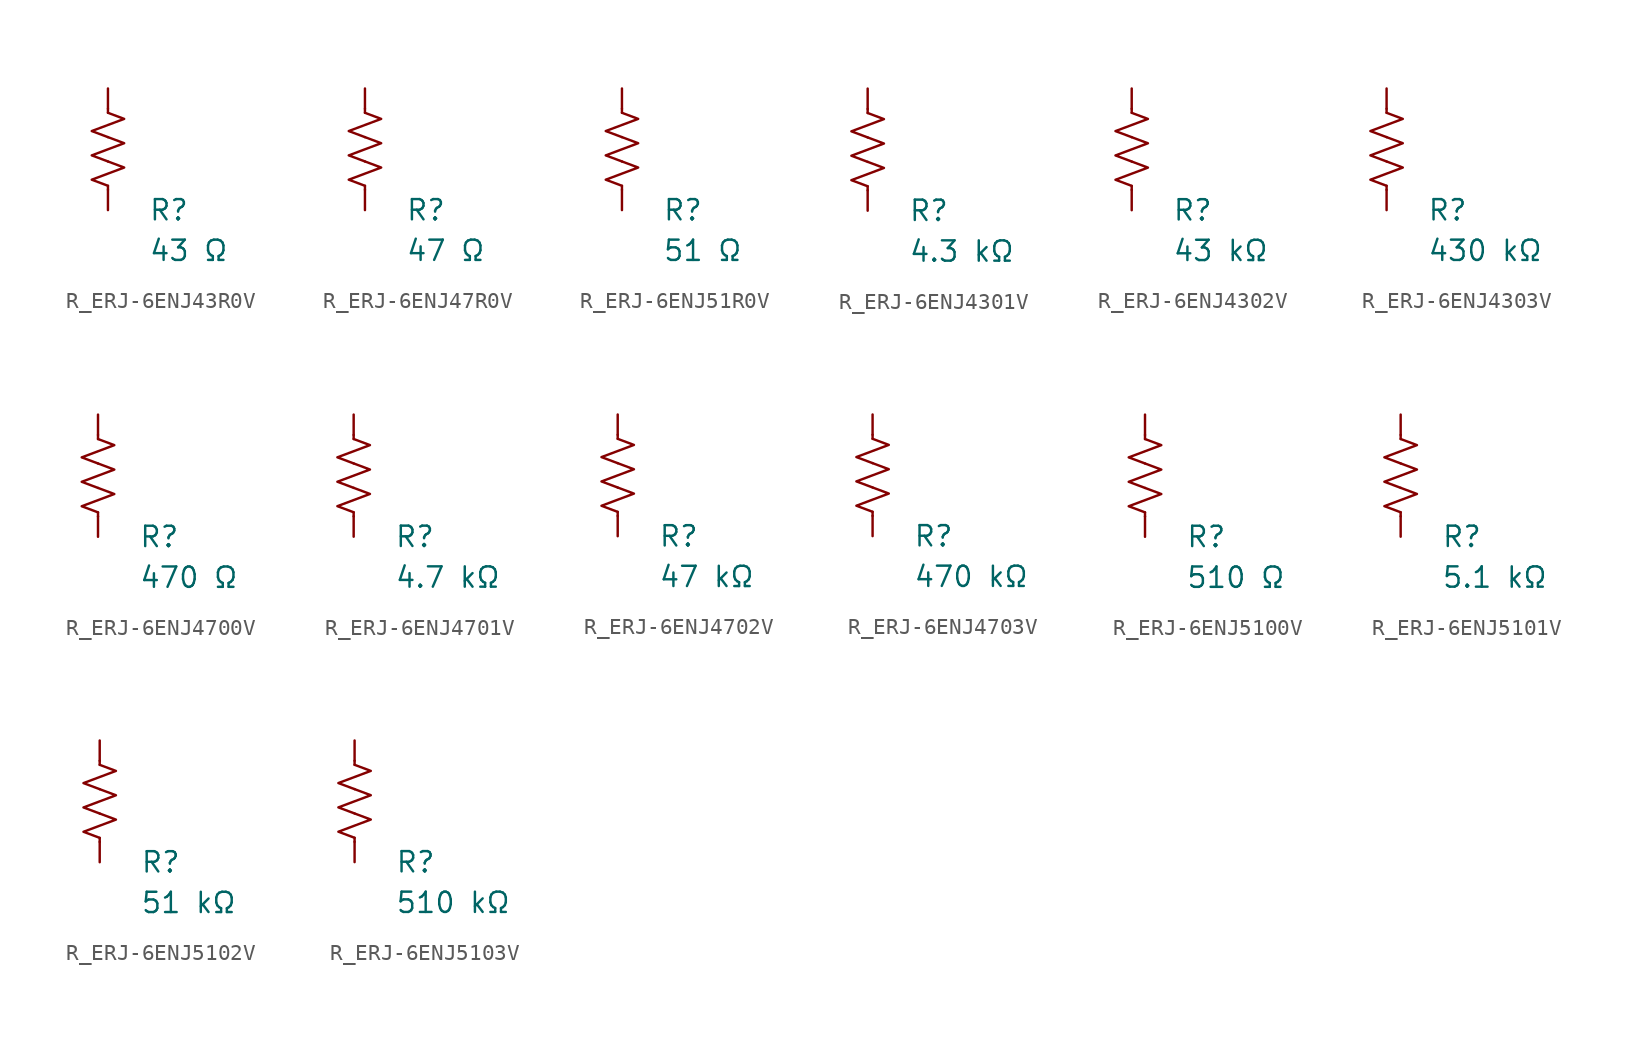
<source format=kicad_sym>
(kicad_symbol_lib
  (version 20231120)
  (generator "kicad_symbol_editor")
  (generator_version "8.0")
  (symbol "R_ERJ-6ENJ43R0V"
    (pin_numbers hide)
    (pin_names
      (offset 0))
    (property "Reference" "R"
      (at 2.54 -3.81 0)
      (effects (font (size 1.27 1.27)) (justify left))
      (show_name no))
    (property "Value" "43 Ω"
      (at 2.54 -6.35 0)
      (effects (font (size 1.27 1.27)) (justify left))
      (show_name no))
    (symbol "R_ERJ-6ENJ43R0V_0_1"
      (polyline (pts (xy 0 -2.286) (xy 0 -2.54)) (stroke (width 0) (type default)) (fill (type none)))
      (polyline (pts (xy 0 2.286) (xy 0 2.54)) (stroke (width 0) (type default)) (fill (type none)))
      (polyline (pts (xy 0 -0.762) (xy 1.016 -1.143) (xy 0 -1.524) (xy -1.016 -1.905) (xy 0 -2.286)) (stroke (width 0) (type default)) (fill (type none)))
      (polyline (pts (xy 0 0.762) (xy 1.016 0.381) (xy 0 0) (xy -1.016 -0.381) (xy 0 -0.762)) (stroke (width 0) (type default)) (fill (type none)))
      (polyline (pts (xy 0 2.286) (xy 1.016 1.905) (xy 0 1.524) (xy -1.016 1.143) (xy 0 0.762)) (stroke (width 0) (type default)) (fill (type none))))
    (symbol "R_ERJ-6ENJ43R0V_1_1"
      (pin passive line (at 0 3.81 270) (length 1.27) (name "~" (effects (font (size 1.27 1.27)))) (number "1" (effects (font (size 1.27 1.27)))))
      (pin passive line (at 0 -3.81 90) (length 1.27) (name "~" (effects (font (size 1.27 1.27)))) (number "2" (effects (font (size 1.27 1.27)))))))
  (symbol "R_ERJ-6ENJ47R0V"
    (pin_numbers hide)
    (pin_names
      (offset 0))
    (property "Reference" "R"
      (at 2.54 -3.81 0)
      (effects (font (size 1.27 1.27)) (justify left))
      (show_name no))
    (property "Value" "47 Ω"
      (at 2.54 -6.35 0)
      (effects (font (size 1.27 1.27)) (justify left))
      (show_name no))
    (symbol "R_ERJ-6ENJ47R0V_0_1"
      (polyline (pts (xy 0 -2.286) (xy 0 -2.54)) (stroke (width 0) (type default)) (fill (type none)))
      (polyline (pts (xy 0 2.286) (xy 0 2.54)) (stroke (width 0) (type default)) (fill (type none)))
      (polyline (pts (xy 0 -0.762) (xy 1.016 -1.143) (xy 0 -1.524) (xy -1.016 -1.905) (xy 0 -2.286)) (stroke (width 0) (type default)) (fill (type none)))
      (polyline (pts (xy 0 0.762) (xy 1.016 0.381) (xy 0 0) (xy -1.016 -0.381) (xy 0 -0.762)) (stroke (width 0) (type default)) (fill (type none)))
      (polyline (pts (xy 0 2.286) (xy 1.016 1.905) (xy 0 1.524) (xy -1.016 1.143) (xy 0 0.762)) (stroke (width 0) (type default)) (fill (type none))))
    (symbol "R_ERJ-6ENJ47R0V_1_1"
      (pin passive line (at 0 3.81 270) (length 1.27) (name "~" (effects (font (size 1.27 1.27)))) (number "1" (effects (font (size 1.27 1.27)))))
      (pin passive line (at 0 -3.81 90) (length 1.27) (name "~" (effects (font (size 1.27 1.27)))) (number "2" (effects (font (size 1.27 1.27)))))))
  (symbol "R_ERJ-6ENJ51R0V"
    (pin_numbers hide)
    (pin_names
      (offset 0))
    (property "Reference" "R"
      (at 2.54 -3.81 0)
      (effects (font (size 1.27 1.27)) (justify left))
      (show_name no))
    (property "Value" "51 Ω"
      (at 2.54 -6.35 0)
      (effects (font (size 1.27 1.27)) (justify left))
      (show_name no))
    (symbol "R_ERJ-6ENJ51R0V_0_1"
      (polyline (pts (xy 0 -2.286) (xy 0 -2.54)) (stroke (width 0) (type default)) (fill (type none)))
      (polyline (pts (xy 0 2.286) (xy 0 2.54)) (stroke (width 0) (type default)) (fill (type none)))
      (polyline (pts (xy 0 -0.762) (xy 1.016 -1.143) (xy 0 -1.524) (xy -1.016 -1.905) (xy 0 -2.286)) (stroke (width 0) (type default)) (fill (type none)))
      (polyline (pts (xy 0 0.762) (xy 1.016 0.381) (xy 0 0) (xy -1.016 -0.381) (xy 0 -0.762)) (stroke (width 0) (type default)) (fill (type none)))
      (polyline (pts (xy 0 2.286) (xy 1.016 1.905) (xy 0 1.524) (xy -1.016 1.143) (xy 0 0.762)) (stroke (width 0) (type default)) (fill (type none))))
    (symbol "R_ERJ-6ENJ51R0V_1_1"
      (pin passive line (at 0 3.81 270) (length 1.27) (name "~" (effects (font (size 1.27 1.27)))) (number "1" (effects (font (size 1.27 1.27)))))
      (pin passive line (at 0 -3.81 90) (length 1.27) (name "~" (effects (font (size 1.27 1.27)))) (number "2" (effects (font (size 1.27 1.27)))))))
  (symbol "R_ERJ-6ENJ4301V"
    (pin_numbers hide)
    (pin_names
      (offset 0))
    (property "Reference" "R"
      (at 2.54 -3.81 0)
      (effects (font (size 1.27 1.27)) (justify left))
      (show_name no))
    (property "Value" "4.3 kΩ"
      (at 2.54 -6.35 0)
      (effects (font (size 1.27 1.27)) (justify left))
      (show_name no))
    (symbol "R_ERJ-6ENJ4301V_0_1"
      (polyline (pts (xy 0 -2.286) (xy 0 -2.54)) (stroke (width 0) (type default)) (fill (type none)))
      (polyline (pts (xy 0 2.286) (xy 0 2.54)) (stroke (width 0) (type default)) (fill (type none)))
      (polyline (pts (xy 0 -0.762) (xy 1.016 -1.143) (xy 0 -1.524) (xy -1.016 -1.905) (xy 0 -2.286)) (stroke (width 0) (type default)) (fill (type none)))
      (polyline (pts (xy 0 0.762) (xy 1.016 0.381) (xy 0 0) (xy -1.016 -0.381) (xy 0 -0.762)) (stroke (width 0) (type default)) (fill (type none)))
      (polyline (pts (xy 0 2.286) (xy 1.016 1.905) (xy 0 1.524) (xy -1.016 1.143) (xy 0 0.762)) (stroke (width 0) (type default)) (fill (type none))))
    (symbol "R_ERJ-6ENJ4301V_1_1"
      (pin passive line (at 0 3.81 270) (length 1.27) (name "~" (effects (font (size 1.27 1.27)))) (number "1" (effects (font (size 1.27 1.27)))))
      (pin passive line (at 0 -3.81 90) (length 1.27) (name "~" (effects (font (size 1.27 1.27)))) (number "2" (effects (font (size 1.27 1.27)))))))
  (symbol "R_ERJ-6ENJ4302V"
    (pin_numbers hide)
    (pin_names
      (offset 0))
    (property "Reference" "R"
      (at 2.54 -3.81 0)
      (effects (font (size 1.27 1.27)) (justify left))
      (show_name no))
    (property "Value" "43 kΩ"
      (at 2.54 -6.35 0)
      (effects (font (size 1.27 1.27)) (justify left))
      (show_name no))
    (symbol "R_ERJ-6ENJ4302V_0_1"
      (polyline (pts (xy 0 -2.286) (xy 0 -2.54)) (stroke (width 0) (type default)) (fill (type none)))
      (polyline (pts (xy 0 2.286) (xy 0 2.54)) (stroke (width 0) (type default)) (fill (type none)))
      (polyline (pts (xy 0 -0.762) (xy 1.016 -1.143) (xy 0 -1.524) (xy -1.016 -1.905) (xy 0 -2.286)) (stroke (width 0) (type default)) (fill (type none)))
      (polyline (pts (xy 0 0.762) (xy 1.016 0.381) (xy 0 0) (xy -1.016 -0.381) (xy 0 -0.762)) (stroke (width 0) (type default)) (fill (type none)))
      (polyline (pts (xy 0 2.286) (xy 1.016 1.905) (xy 0 1.524) (xy -1.016 1.143) (xy 0 0.762)) (stroke (width 0) (type default)) (fill (type none))))
    (symbol "R_ERJ-6ENJ4302V_1_1"
      (pin passive line (at 0 3.81 270) (length 1.27) (name "~" (effects (font (size 1.27 1.27)))) (number "1" (effects (font (size 1.27 1.27)))))
      (pin passive line (at 0 -3.81 90) (length 1.27) (name "~" (effects (font (size 1.27 1.27)))) (number "2" (effects (font (size 1.27 1.27)))))))
  (symbol "R_ERJ-6ENJ4303V"
    (pin_numbers hide)
    (pin_names
      (offset 0))
    (property "Reference" "R"
      (at 2.54 -3.81 0)
      (effects (font (size 1.27 1.27)) (justify left))
      (show_name no))
    (property "Value" "430 kΩ"
      (at 2.54 -6.35 0)
      (effects (font (size 1.27 1.27)) (justify left))
      (show_name no))
    (symbol "R_ERJ-6ENJ4303V_0_1"
      (polyline (pts (xy 0 -2.286) (xy 0 -2.54)) (stroke (width 0) (type default)) (fill (type none)))
      (polyline (pts (xy 0 2.286) (xy 0 2.54)) (stroke (width 0) (type default)) (fill (type none)))
      (polyline (pts (xy 0 -0.762) (xy 1.016 -1.143) (xy 0 -1.524) (xy -1.016 -1.905) (xy 0 -2.286)) (stroke (width 0) (type default)) (fill (type none)))
      (polyline (pts (xy 0 0.762) (xy 1.016 0.381) (xy 0 0) (xy -1.016 -0.381) (xy 0 -0.762)) (stroke (width 0) (type default)) (fill (type none)))
      (polyline (pts (xy 0 2.286) (xy 1.016 1.905) (xy 0 1.524) (xy -1.016 1.143) (xy 0 0.762)) (stroke (width 0) (type default)) (fill (type none))))
    (symbol "R_ERJ-6ENJ4303V_1_1"
      (pin passive line (at 0 3.81 270) (length 1.27) (name "~" (effects (font (size 1.27 1.27)))) (number "1" (effects (font (size 1.27 1.27)))))
      (pin passive line (at 0 -3.81 90) (length 1.27) (name "~" (effects (font (size 1.27 1.27)))) (number "2" (effects (font (size 1.27 1.27)))))))
  (symbol "R_ERJ-6ENJ4700V"
    (pin_numbers hide)
    (pin_names
      (offset 0))
    (property "Reference" "R"
      (at 2.54 -3.81 0)
      (effects (font (size 1.27 1.27)) (justify left))
      (show_name no))
    (property "Value" "470 Ω"
      (at 2.54 -6.35 0)
      (effects (font (size 1.27 1.27)) (justify left))
      (show_name no))
    (symbol "R_ERJ-6ENJ4700V_0_1"
      (polyline (pts (xy 0 -2.286) (xy 0 -2.54)) (stroke (width 0) (type default)) (fill (type none)))
      (polyline (pts (xy 0 2.286) (xy 0 2.54)) (stroke (width 0) (type default)) (fill (type none)))
      (polyline (pts (xy 0 -0.762) (xy 1.016 -1.143) (xy 0 -1.524) (xy -1.016 -1.905) (xy 0 -2.286)) (stroke (width 0) (type default)) (fill (type none)))
      (polyline (pts (xy 0 0.762) (xy 1.016 0.381) (xy 0 0) (xy -1.016 -0.381) (xy 0 -0.762)) (stroke (width 0) (type default)) (fill (type none)))
      (polyline (pts (xy 0 2.286) (xy 1.016 1.905) (xy 0 1.524) (xy -1.016 1.143) (xy 0 0.762)) (stroke (width 0) (type default)) (fill (type none))))
    (symbol "R_ERJ-6ENJ4700V_1_1"
      (pin passive line (at 0 3.81 270) (length 1.27) (name "~" (effects (font (size 1.27 1.27)))) (number "1" (effects (font (size 1.27 1.27)))))
      (pin passive line (at 0 -3.81 90) (length 1.27) (name "~" (effects (font (size 1.27 1.27)))) (number "2" (effects (font (size 1.27 1.27)))))))
  (symbol "R_ERJ-6ENJ4701V"
    (pin_numbers hide)
    (pin_names
      (offset 0))
    (property "Reference" "R"
      (at 2.54 -3.81 0)
      (effects (font (size 1.27 1.27)) (justify left))
      (show_name no))
    (property "Value" "4.7 kΩ"
      (at 2.54 -6.35 0)
      (effects (font (size 1.27 1.27)) (justify left))
      (show_name no))
    (symbol "R_ERJ-6ENJ4701V_0_1"
      (polyline (pts (xy 0 -2.286) (xy 0 -2.54)) (stroke (width 0) (type default)) (fill (type none)))
      (polyline (pts (xy 0 2.286) (xy 0 2.54)) (stroke (width 0) (type default)) (fill (type none)))
      (polyline (pts (xy 0 -0.762) (xy 1.016 -1.143) (xy 0 -1.524) (xy -1.016 -1.905) (xy 0 -2.286)) (stroke (width 0) (type default)) (fill (type none)))
      (polyline (pts (xy 0 0.762) (xy 1.016 0.381) (xy 0 0) (xy -1.016 -0.381) (xy 0 -0.762)) (stroke (width 0) (type default)) (fill (type none)))
      (polyline (pts (xy 0 2.286) (xy 1.016 1.905) (xy 0 1.524) (xy -1.016 1.143) (xy 0 0.762)) (stroke (width 0) (type default)) (fill (type none))))
    (symbol "R_ERJ-6ENJ4701V_1_1"
      (pin passive line (at 0 3.81 270) (length 1.27) (name "~" (effects (font (size 1.27 1.27)))) (number "1" (effects (font (size 1.27 1.27)))))
      (pin passive line (at 0 -3.81 90) (length 1.27) (name "~" (effects (font (size 1.27 1.27)))) (number "2" (effects (font (size 1.27 1.27)))))))
  (symbol "R_ERJ-6ENJ4702V"
    (pin_numbers hide)
    (pin_names
      (offset 0))
    (property "Reference" "R"
      (at 2.54 -3.81 0)
      (effects (font (size 1.27 1.27)) (justify left))
      (show_name no))
    (property "Value" "47 kΩ"
      (at 2.54 -6.35 0)
      (effects (font (size 1.27 1.27)) (justify left))
      (show_name no))
    (symbol "R_ERJ-6ENJ4702V_0_1"
      (polyline (pts (xy 0 -2.286) (xy 0 -2.54)) (stroke (width 0) (type default)) (fill (type none)))
      (polyline (pts (xy 0 2.286) (xy 0 2.54)) (stroke (width 0) (type default)) (fill (type none)))
      (polyline (pts (xy 0 -0.762) (xy 1.016 -1.143) (xy 0 -1.524) (xy -1.016 -1.905) (xy 0 -2.286)) (stroke (width 0) (type default)) (fill (type none)))
      (polyline (pts (xy 0 0.762) (xy 1.016 0.381) (xy 0 0) (xy -1.016 -0.381) (xy 0 -0.762)) (stroke (width 0) (type default)) (fill (type none)))
      (polyline (pts (xy 0 2.286) (xy 1.016 1.905) (xy 0 1.524) (xy -1.016 1.143) (xy 0 0.762)) (stroke (width 0) (type default)) (fill (type none))))
    (symbol "R_ERJ-6ENJ4702V_1_1"
      (pin passive line (at 0 3.81 270) (length 1.27) (name "~" (effects (font (size 1.27 1.27)))) (number "1" (effects (font (size 1.27 1.27)))))
      (pin passive line (at 0 -3.81 90) (length 1.27) (name "~" (effects (font (size 1.27 1.27)))) (number "2" (effects (font (size 1.27 1.27)))))))
  (symbol "R_ERJ-6ENJ4703V"
    (pin_numbers hide)
    (pin_names
      (offset 0))
    (property "Reference" "R"
      (at 2.54 -3.81 0)
      (effects (font (size 1.27 1.27)) (justify left))
      (show_name no))
    (property "Value" "470 kΩ"
      (at 2.54 -6.35 0)
      (effects (font (size 1.27 1.27)) (justify left))
      (show_name no))
    (symbol "R_ERJ-6ENJ4703V_0_1"
      (polyline (pts (xy 0 -2.286) (xy 0 -2.54)) (stroke (width 0) (type default)) (fill (type none)))
      (polyline (pts (xy 0 2.286) (xy 0 2.54)) (stroke (width 0) (type default)) (fill (type none)))
      (polyline (pts (xy 0 -0.762) (xy 1.016 -1.143) (xy 0 -1.524) (xy -1.016 -1.905) (xy 0 -2.286)) (stroke (width 0) (type default)) (fill (type none)))
      (polyline (pts (xy 0 0.762) (xy 1.016 0.381) (xy 0 0) (xy -1.016 -0.381) (xy 0 -0.762)) (stroke (width 0) (type default)) (fill (type none)))
      (polyline (pts (xy 0 2.286) (xy 1.016 1.905) (xy 0 1.524) (xy -1.016 1.143) (xy 0 0.762)) (stroke (width 0) (type default)) (fill (type none))))
    (symbol "R_ERJ-6ENJ4703V_1_1"
      (pin passive line (at 0 3.81 270) (length 1.27) (name "~" (effects (font (size 1.27 1.27)))) (number "1" (effects (font (size 1.27 1.27)))))
      (pin passive line (at 0 -3.81 90) (length 1.27) (name "~" (effects (font (size 1.27 1.27)))) (number "2" (effects (font (size 1.27 1.27)))))))
  (symbol "R_ERJ-6ENJ5100V"
    (pin_numbers hide)
    (pin_names
      (offset 0))
    (property "Reference" "R"
      (at 2.54 -3.81 0)
      (effects (font (size 1.27 1.27)) (justify left))
      (show_name no))
    (property "Value" "510 Ω"
      (at 2.54 -6.35 0)
      (effects (font (size 1.27 1.27)) (justify left))
      (show_name no))
    (symbol "R_ERJ-6ENJ5100V_0_1"
      (polyline (pts (xy 0 -2.286) (xy 0 -2.54)) (stroke (width 0) (type default)) (fill (type none)))
      (polyline (pts (xy 0 2.286) (xy 0 2.54)) (stroke (width 0) (type default)) (fill (type none)))
      (polyline (pts (xy 0 -0.762) (xy 1.016 -1.143) (xy 0 -1.524) (xy -1.016 -1.905) (xy 0 -2.286)) (stroke (width 0) (type default)) (fill (type none)))
      (polyline (pts (xy 0 0.762) (xy 1.016 0.381) (xy 0 0) (xy -1.016 -0.381) (xy 0 -0.762)) (stroke (width 0) (type default)) (fill (type none)))
      (polyline (pts (xy 0 2.286) (xy 1.016 1.905) (xy 0 1.524) (xy -1.016 1.143) (xy 0 0.762)) (stroke (width 0) (type default)) (fill (type none))))
    (symbol "R_ERJ-6ENJ5100V_1_1"
      (pin passive line (at 0 3.81 270) (length 1.27) (name "~" (effects (font (size 1.27 1.27)))) (number "1" (effects (font (size 1.27 1.27)))))
      (pin passive line (at 0 -3.81 90) (length 1.27) (name "~" (effects (font (size 1.27 1.27)))) (number "2" (effects (font (size 1.27 1.27)))))))
  (symbol "R_ERJ-6ENJ5101V"
    (pin_numbers hide)
    (pin_names
      (offset 0))
    (property "Reference" "R"
      (at 2.54 -3.81 0)
      (effects (font (size 1.27 1.27)) (justify left))
      (show_name no))
    (property "Value" "5.1 kΩ"
      (at 2.54 -6.35 0)
      (effects (font (size 1.27 1.27)) (justify left))
      (show_name no))
    (symbol "R_ERJ-6ENJ5101V_0_1"
      (polyline (pts (xy 0 -2.286) (xy 0 -2.54)) (stroke (width 0) (type default)) (fill (type none)))
      (polyline (pts (xy 0 2.286) (xy 0 2.54)) (stroke (width 0) (type default)) (fill (type none)))
      (polyline (pts (xy 0 -0.762) (xy 1.016 -1.143) (xy 0 -1.524) (xy -1.016 -1.905) (xy 0 -2.286)) (stroke (width 0) (type default)) (fill (type none)))
      (polyline (pts (xy 0 0.762) (xy 1.016 0.381) (xy 0 0) (xy -1.016 -0.381) (xy 0 -0.762)) (stroke (width 0) (type default)) (fill (type none)))
      (polyline (pts (xy 0 2.286) (xy 1.016 1.905) (xy 0 1.524) (xy -1.016 1.143) (xy 0 0.762)) (stroke (width 0) (type default)) (fill (type none))))
    (symbol "R_ERJ-6ENJ5101V_1_1"
      (pin passive line (at 0 3.81 270) (length 1.27) (name "~" (effects (font (size 1.27 1.27)))) (number "1" (effects (font (size 1.27 1.27)))))
      (pin passive line (at 0 -3.81 90) (length 1.27) (name "~" (effects (font (size 1.27 1.27)))) (number "2" (effects (font (size 1.27 1.27)))))))
  (symbol "R_ERJ-6ENJ5102V"
    (pin_numbers hide)
    (pin_names
      (offset 0))
    (property "Reference" "R"
      (at 2.54 -3.81 0)
      (effects (font (size 1.27 1.27)) (justify left))
      (show_name no))
    (property "Value" "51 kΩ"
      (at 2.54 -6.35 0)
      (effects (font (size 1.27 1.27)) (justify left))
      (show_name no))
    (symbol "R_ERJ-6ENJ5102V_0_1"
      (polyline (pts (xy 0 -2.286) (xy 0 -2.54)) (stroke (width 0) (type default)) (fill (type none)))
      (polyline (pts (xy 0 2.286) (xy 0 2.54)) (stroke (width 0) (type default)) (fill (type none)))
      (polyline (pts (xy 0 -0.762) (xy 1.016 -1.143) (xy 0 -1.524) (xy -1.016 -1.905) (xy 0 -2.286)) (stroke (width 0) (type default)) (fill (type none)))
      (polyline (pts (xy 0 0.762) (xy 1.016 0.381) (xy 0 0) (xy -1.016 -0.381) (xy 0 -0.762)) (stroke (width 0) (type default)) (fill (type none)))
      (polyline (pts (xy 0 2.286) (xy 1.016 1.905) (xy 0 1.524) (xy -1.016 1.143) (xy 0 0.762)) (stroke (width 0) (type default)) (fill (type none))))
    (symbol "R_ERJ-6ENJ5102V_1_1"
      (pin passive line (at 0 3.81 270) (length 1.27) (name "~" (effects (font (size 1.27 1.27)))) (number "1" (effects (font (size 1.27 1.27)))))
      (pin passive line (at 0 -3.81 90) (length 1.27) (name "~" (effects (font (size 1.27 1.27)))) (number "2" (effects (font (size 1.27 1.27)))))))
  (symbol "R_ERJ-6ENJ5103V"
    (pin_numbers hide)
    (pin_names
      (offset 0))
    (property "Reference" "R"
      (at 2.54 -3.81 0)
      (effects (font (size 1.27 1.27)) (justify left))
      (show_name no))
    (property "Value" "510 kΩ"
      (at 2.54 -6.35 0)
      (effects (font (size 1.27 1.27)) (justify left))
      (show_name no))
    (symbol "R_ERJ-6ENJ5103V_0_1"
      (polyline (pts (xy 0 -2.286) (xy 0 -2.54)) (stroke (width 0) (type default)) (fill (type none)))
      (polyline (pts (xy 0 2.286) (xy 0 2.54)) (stroke (width 0) (type default)) (fill (type none)))
      (polyline (pts (xy 0 -0.762) (xy 1.016 -1.143) (xy 0 -1.524) (xy -1.016 -1.905) (xy 0 -2.286)) (stroke (width 0) (type default)) (fill (type none)))
      (polyline (pts (xy 0 0.762) (xy 1.016 0.381) (xy 0 0) (xy -1.016 -0.381) (xy 0 -0.762)) (stroke (width 0) (type default)) (fill (type none)))
      (polyline (pts (xy 0 2.286) (xy 1.016 1.905) (xy 0 1.524) (xy -1.016 1.143) (xy 0 0.762)) (stroke (width 0) (type default)) (fill (type none))))
    (symbol "R_ERJ-6ENJ5103V_1_1"
      (pin passive line (at 0 3.81 270) (length 1.27) (name "~" (effects (font (size 1.27 1.27)))) (number "1" (effects (font (size 1.27 1.27)))))
      (pin passive line (at 0 -3.81 90) (length 1.27) (name "~" (effects (font (size 1.27 1.27)))) (number "2" (effects (font (size 1.27 1.27))))))))
</source>
